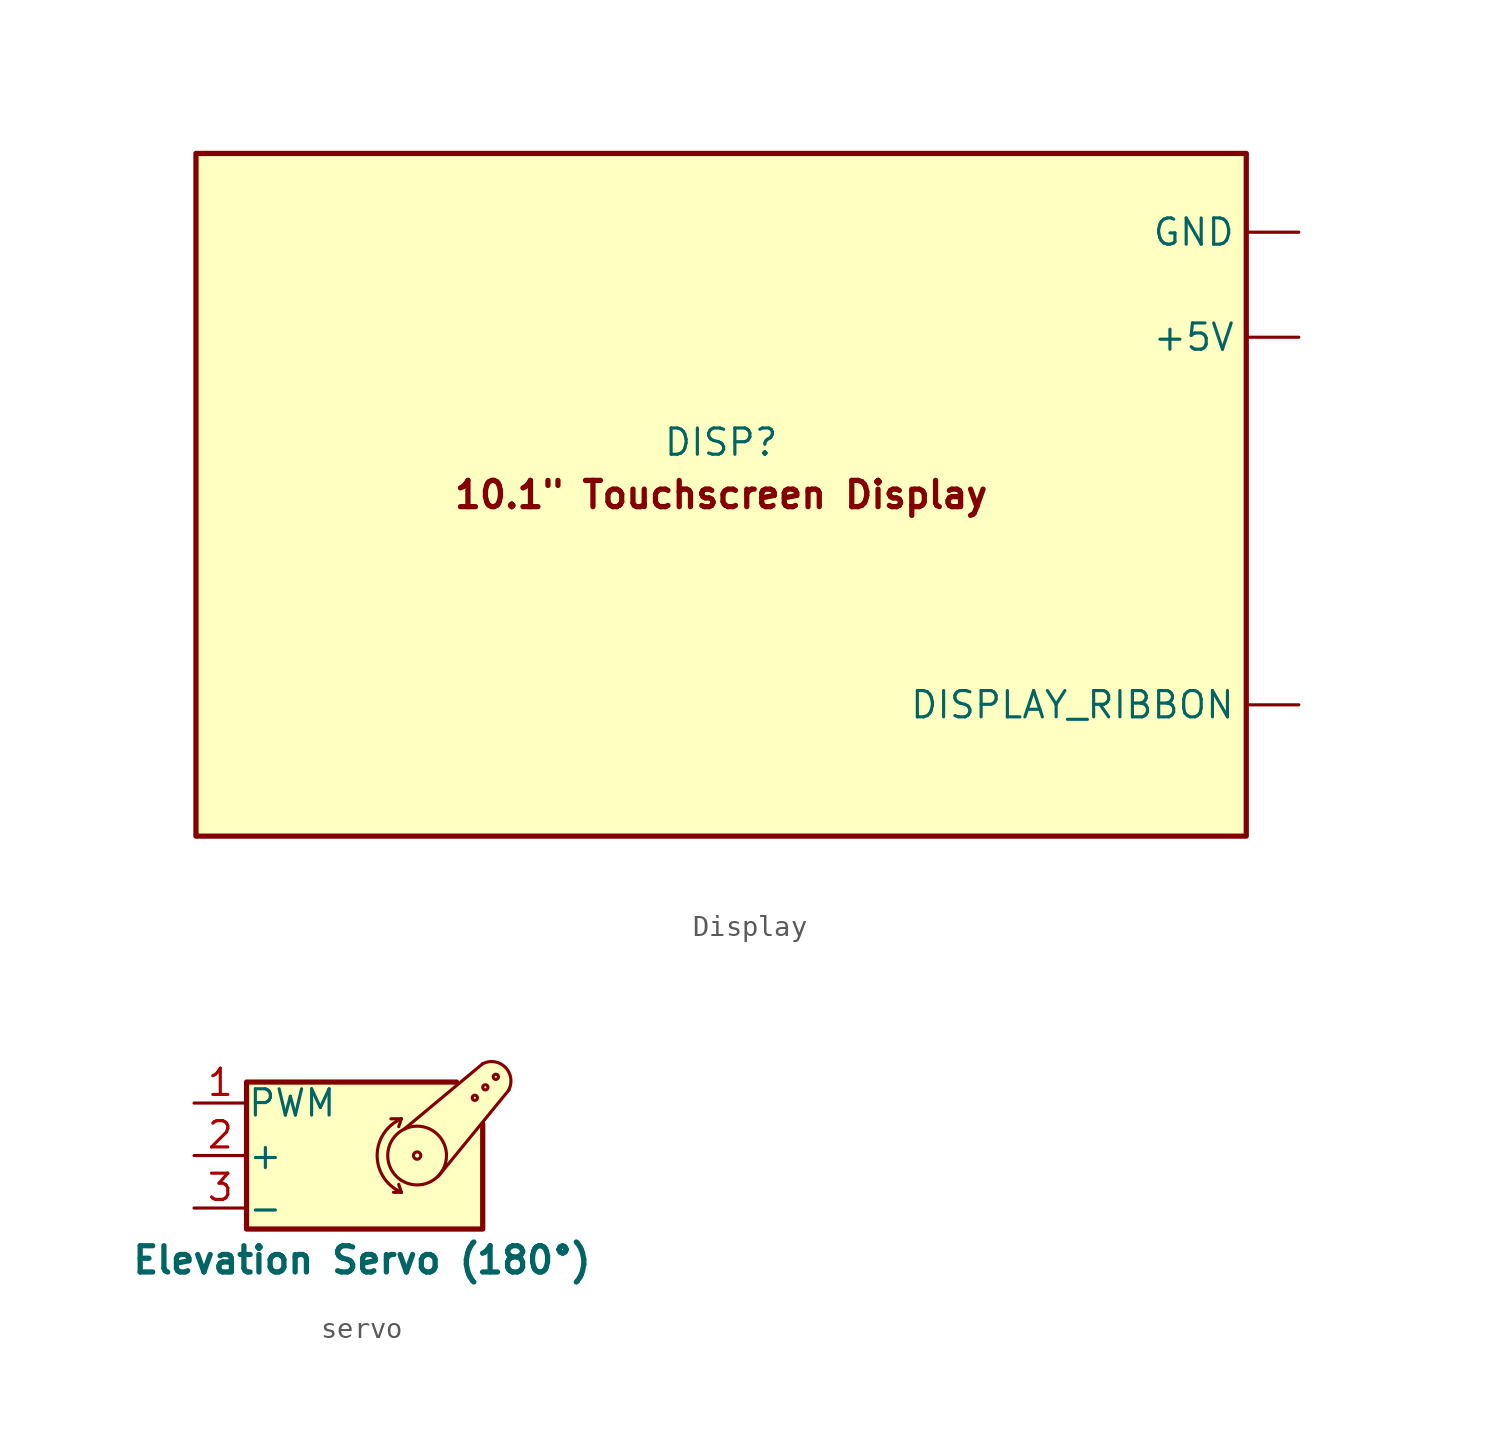
<source format=kicad_sym>
(kicad_symbol_lib
  (version 20241209)
  (generator "kicad_symbol_editor")
  (generator_version "9.0")
  (symbol "Display"
    (pin_numbers
      (hide yes))
    (property "Reference" "DISP"
      (at 0 2.54 0)
      (effects (font (size 1.27 1.27))))
    (property "Value" ""
      (at 0 0 0)
      (effects (font (size 1.27 1.27))))
    (symbol "Display_1_1"
      (rectangle (start -25.4 16.51) (end 25.4 -16.51) (stroke (width 0.254) (type solid)) (fill (type background)))
      (text "10.1\" Touchscreen Display" (at 0 0 0) (effects (font (size 1.27 1.27) (thickness 0.254) (bold yes))))
      (pin power_out line (at 27.94 12.7 180) (length 2.54) (name "GND" (effects (font (size 1.27 1.27)))) (number "" (effects (font (size 1.27 1.27)))))
      (pin power_in line (at 27.94 7.62 180) (length 2.54) (name "+5V" (effects (font (size 1.27 1.27)))) (number "" (effects (font (size 1.27 1.27)))))
      (pin input line (at 27.94 -10.16 180) (length 2.54) (name "DISPLAY_RIBBON" (effects (font (size 1.27 1.27)))) (number "" (effects (font (size 1.27 1.27)))))))
  (symbol "servo"
    (pin_names
      (offset 0.025))
    (property "Reference" "M2"
      (at 7.366 1.524 0)
      (effects (font (size 1.27 1.27)) (justify left) (hide yes)))
    (property "Value" "Elevation Servo (180°)"
      (at 0.508 -4.318 0)
      (effects (font (size 1.27 1.27) (thickness 0.254) (bold yes)) (justify top)))
    (symbol "servo_0_1"
      (polyline (pts (xy 2.413 1.778) (xy 1.905 1.778)) (stroke (width 0) (type default)) (fill (type none)))
      (polyline (pts (xy 2.413 1.778) (xy 2.286 1.397)) (stroke (width 0) (type default)) (fill (type none)))
      (polyline (pts (xy 2.413 -1.778) (xy 2.032 -1.778)) (stroke (width 0) (type default)) (fill (type none)))
      (polyline (pts (xy 2.413 -1.778) (xy 2.286 -1.397)) (stroke (width 0) (type default)) (fill (type none)))
      (arc (start 2.413 -1.778) (mid 1.2406 0) (end 2.413 1.778) (stroke (width 0) (type default)) (fill (type none)))
      (circle (center 3.175 0) (radius 0.178) (stroke (width 0) (type default)) (fill (type none)))
      (circle (center 3.175 0) (radius 1.422) (stroke (width 0) (type default)) (fill (type none)))
      (circle (center 5.969 2.794) (radius 0.127) (stroke (width 0) (type default)) (fill (type none)))
      (polyline (pts (xy 6.35 4.445) (xy 2.54 1.27)) (stroke (width 0) (type default)) (fill (type none)))
      (circle (center 6.477 3.302) (radius 0.127) (stroke (width 0) (type default)) (fill (type none)))
      (circle (center 6.985 3.81) (radius 0.127) (stroke (width 0) (type default)) (fill (type none)))
      (polyline (pts (xy 7.62 3.175) (xy 4.191 -1.016)) (stroke (width 0) (type default)) (fill (type none))))
    (symbol "servo_1_1"
      (polyline (pts (xy 5.08 3.556) (xy -5.08 3.556) (xy -5.08 -3.556) (xy 6.35 -3.556) (xy 6.35 1.524)) (stroke (width 0.254) (type solid)) (fill (type background)))
      (polyline (pts (xy 5.08 3.556) (xy 6.35 1.524) (xy 7.62 3.302) (xy 6.35 4.318) (xy 5.08 3.556)) (stroke (width -0.0001) (type solid)) (fill (type background)))
      (arc (start 6.35 4.445) (mid 7.4487 4.2737) (end 7.62 3.175) (stroke (width 0) (type solid)) (fill (type background)))
      (pin passive line (at -7.62 2.54 0) (length 2.54) (name "PWM" (effects (font (size 1.27 1.27)))) (number "1" (effects (font (size 1.27 1.27)))))
      (pin passive line (at -7.62 0 0) (length 2.54) (name "+" (effects (font (size 1.27 1.27)))) (number "2" (effects (font (size 1.27 1.27)))))
      (pin passive line (at -7.62 -2.54 0) (length 2.54) (name "-" (effects (font (size 1.27 1.27)))) (number "3" (effects (font (size 1.27 1.27))))))))
</source>
